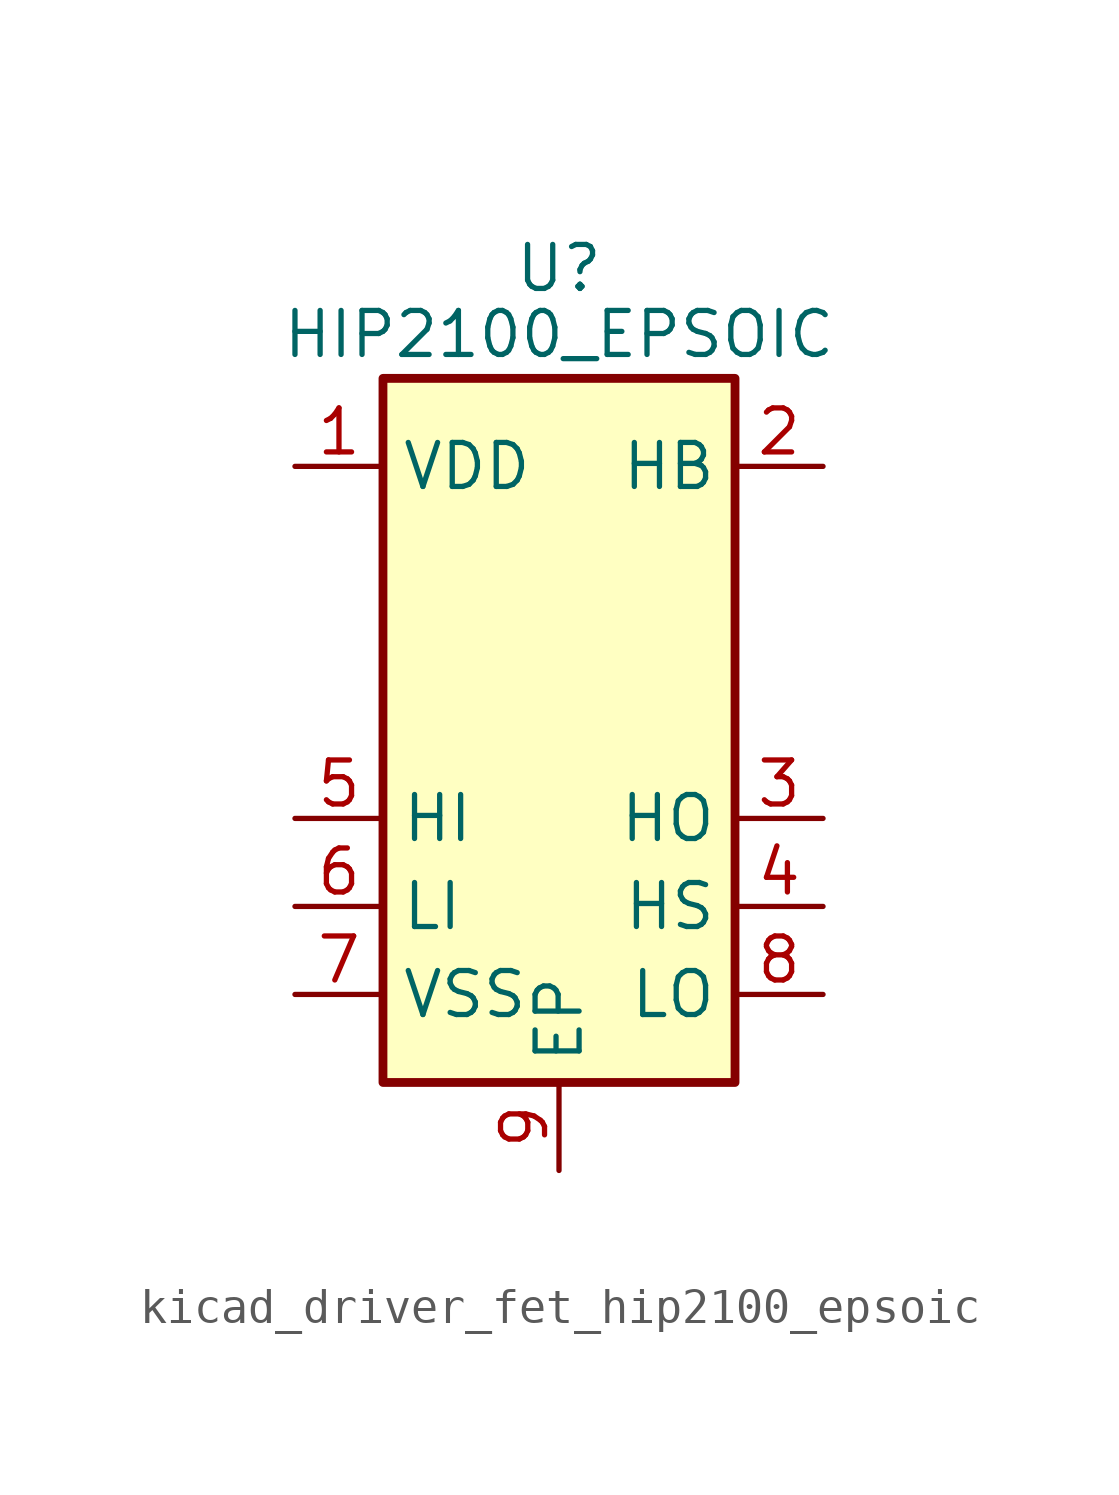
<source format=kicad_sym>
(kicad_symbol_lib
  (version 20220914)
  (generator kicad_symbol_editor)
  (symbol "kicad_driver_fet_hip2100_epsoic"
    (property "Reference" "U"
      (at 0 13.335 0)
      (effects (font (size 1.27 1.27))))
    (property "Value" "HIP2100_EPSOIC"
      (at 0 11.43 0)
      (effects (font (size 1.27 1.27))))
    (symbol "kicad_driver_fet_hip2100_epsoic_0_1"
      (rectangle (start -5.08 -10.16) (end 5.08 10.16) (stroke (width 0.254) (type default)) (fill (type background))))
    (symbol "kicad_driver_fet_hip2100_epsoic_1_1"
      (pin power_in line (at -7.62 7.62 0) (length 2.54) (name "VDD" (effects (font (size 1.27 1.27)))) (number "1" (effects (font (size 1.27 1.27)))))
      (pin passive line (at 7.62 7.62 180) (length 2.54) (name "HB" (effects (font (size 1.27 1.27)))) (number "2" (effects (font (size 1.27 1.27)))))
      (pin output line (at 7.62 -2.54 180) (length 2.54) (name "HO" (effects (font (size 1.27 1.27)))) (number "3" (effects (font (size 1.27 1.27)))))
      (pin passive line (at 7.62 -5.08 180) (length 2.54) (name "HS" (effects (font (size 1.27 1.27)))) (number "4" (effects (font (size 1.27 1.27)))))
      (pin input line (at -7.62 -2.54 0) (length 2.54) (name "HI" (effects (font (size 1.27 1.27)))) (number "5" (effects (font (size 1.27 1.27)))))
      (pin input line (at -7.62 -5.08 0) (length 2.54) (name "LI" (effects (font (size 1.27 1.27)))) (number "6" (effects (font (size 1.27 1.27)))))
      (pin power_in line (at -7.62 -7.62 0) (length 2.54) (name "VSS" (effects (font (size 1.27 1.27)))) (number "7" (effects (font (size 1.27 1.27)))))
      (pin output line (at 7.62 -7.62 180) (length 2.54) (name "LO" (effects (font (size 1.27 1.27)))) (number "8" (effects (font (size 1.27 1.27)))))
      (pin output line (at 0 -12.7 90) (length 2.54) (name "EP" (effects (font (size 1.27 1.27)))) (number "9" (effects (font (size 1.27 1.27))))))))
</source>
